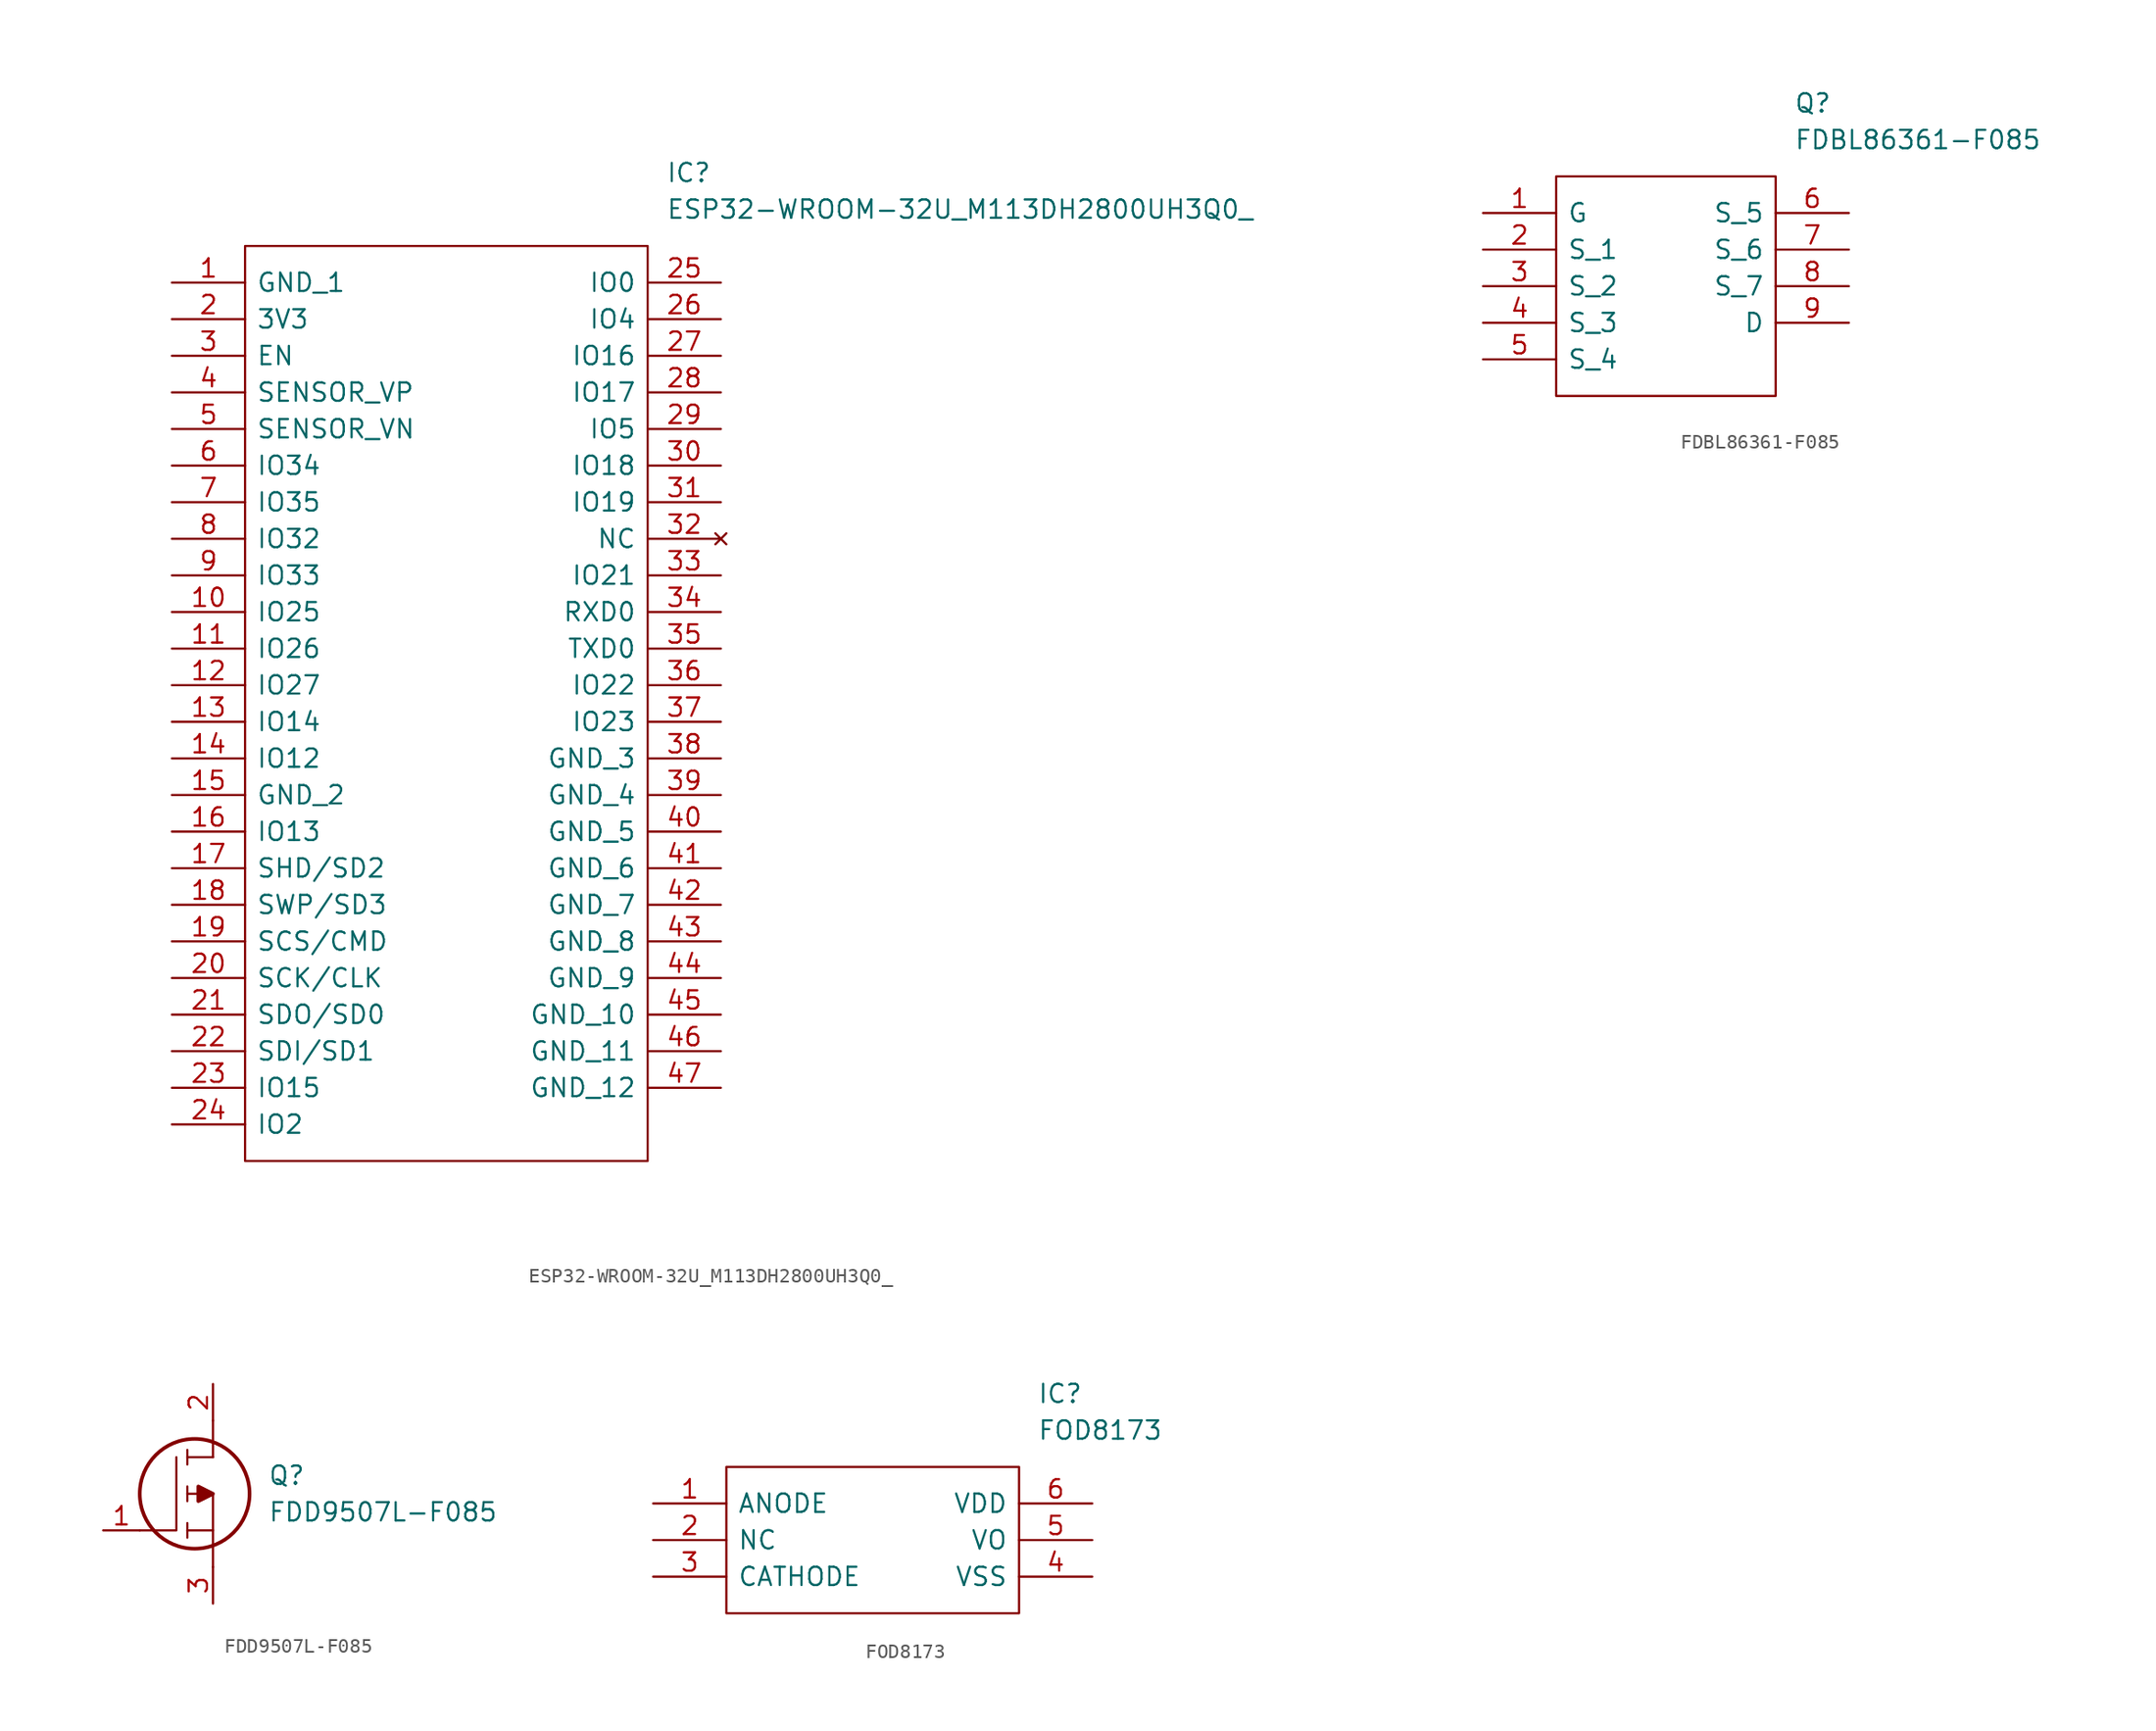
<source format=kicad_sym>
(kicad_symbol_lib
  (version 20211014)
  (generator kicad_symbol_editor)
  (symbol "ESP32-WROOM-32U_M113DH2800UH3Q0_"
    (pin_names
      (offset 0.762))
    (property "Reference" "IC"
      (at 34.29 7.62 0)
      (effects (font (size 1.27 1.27)) (justify left)))
    (property "Value" "ESP32-WROOM-32U_M113DH2800UH3Q0_"
      (at 34.29 5.08 0)
      (effects (font (size 1.27 1.27)) (justify left)))
    (symbol "ESP32-WROOM-32U_M113DH2800UH3Q0__0_0"
      (pin passive line (at 0 0 0) (length 5.08) (name "GND_1" (effects (font (size 1.27 1.27)))) (number "1" (effects (font (size 1.27 1.27)))))
      (pin passive line (at 0 -22.86 0) (length 5.08) (name "IO25" (effects (font (size 1.27 1.27)))) (number "10" (effects (font (size 1.27 1.27)))))
      (pin passive line (at 0 -25.4 0) (length 5.08) (name "IO26" (effects (font (size 1.27 1.27)))) (number "11" (effects (font (size 1.27 1.27)))))
      (pin passive line (at 0 -27.94 0) (length 5.08) (name "IO27" (effects (font (size 1.27 1.27)))) (number "12" (effects (font (size 1.27 1.27)))))
      (pin passive line (at 0 -30.48 0) (length 5.08) (name "IO14" (effects (font (size 1.27 1.27)))) (number "13" (effects (font (size 1.27 1.27)))))
      (pin passive line (at 0 -33.02 0) (length 5.08) (name "IO12" (effects (font (size 1.27 1.27)))) (number "14" (effects (font (size 1.27 1.27)))))
      (pin passive line (at 0 -35.56 0) (length 5.08) (name "GND_2" (effects (font (size 1.27 1.27)))) (number "15" (effects (font (size 1.27 1.27)))))
      (pin passive line (at 0 -38.1 0) (length 5.08) (name "IO13" (effects (font (size 1.27 1.27)))) (number "16" (effects (font (size 1.27 1.27)))))
      (pin passive line (at 0 -40.64 0) (length 5.08) (name "SHD/SD2" (effects (font (size 1.27 1.27)))) (number "17" (effects (font (size 1.27 1.27)))))
      (pin passive line (at 0 -43.18 0) (length 5.08) (name "SWP/SD3" (effects (font (size 1.27 1.27)))) (number "18" (effects (font (size 1.27 1.27)))))
      (pin passive line (at 0 -45.72 0) (length 5.08) (name "SCS/CMD" (effects (font (size 1.27 1.27)))) (number "19" (effects (font (size 1.27 1.27)))))
      (pin passive line (at 0 -2.54 0) (length 5.08) (name "3V3" (effects (font (size 1.27 1.27)))) (number "2" (effects (font (size 1.27 1.27)))))
      (pin passive line (at 0 -48.26 0) (length 5.08) (name "SCK/CLK" (effects (font (size 1.27 1.27)))) (number "20" (effects (font (size 1.27 1.27)))))
      (pin passive line (at 0 -50.8 0) (length 5.08) (name "SDO/SD0" (effects (font (size 1.27 1.27)))) (number "21" (effects (font (size 1.27 1.27)))))
      (pin passive line (at 0 -53.34 0) (length 5.08) (name "SDI/SD1" (effects (font (size 1.27 1.27)))) (number "22" (effects (font (size 1.27 1.27)))))
      (pin passive line (at 0 -55.88 0) (length 5.08) (name "IO15" (effects (font (size 1.27 1.27)))) (number "23" (effects (font (size 1.27 1.27)))))
      (pin passive line (at 0 -58.42 0) (length 5.08) (name "IO2" (effects (font (size 1.27 1.27)))) (number "24" (effects (font (size 1.27 1.27)))))
      (pin passive line (at 38.1 0 180) (length 5.08) (name "IO0" (effects (font (size 1.27 1.27)))) (number "25" (effects (font (size 1.27 1.27)))))
      (pin passive line (at 38.1 -2.54 180) (length 5.08) (name "IO4" (effects (font (size 1.27 1.27)))) (number "26" (effects (font (size 1.27 1.27)))))
      (pin passive line (at 38.1 -5.08 180) (length 5.08) (name "IO16" (effects (font (size 1.27 1.27)))) (number "27" (effects (font (size 1.27 1.27)))))
      (pin passive line (at 38.1 -7.62 180) (length 5.08) (name "IO17" (effects (font (size 1.27 1.27)))) (number "28" (effects (font (size 1.27 1.27)))))
      (pin passive line (at 38.1 -10.16 180) (length 5.08) (name "IO5" (effects (font (size 1.27 1.27)))) (number "29" (effects (font (size 1.27 1.27)))))
      (pin passive line (at 0 -5.08 0) (length 5.08) (name "EN" (effects (font (size 1.27 1.27)))) (number "3" (effects (font (size 1.27 1.27)))))
      (pin passive line (at 38.1 -12.7 180) (length 5.08) (name "IO18" (effects (font (size 1.27 1.27)))) (number "30" (effects (font (size 1.27 1.27)))))
      (pin passive line (at 38.1 -15.24 180) (length 5.08) (name "IO19" (effects (font (size 1.27 1.27)))) (number "31" (effects (font (size 1.27 1.27)))))
      (pin no_connect line (at 38.1 -17.78 180) (length 5.08) (name "NC" (effects (font (size 1.27 1.27)))) (number "32" (effects (font (size 1.27 1.27)))))
      (pin passive line (at 38.1 -20.32 180) (length 5.08) (name "IO21" (effects (font (size 1.27 1.27)))) (number "33" (effects (font (size 1.27 1.27)))))
      (pin passive line (at 38.1 -22.86 180) (length 5.08) (name "RXD0" (effects (font (size 1.27 1.27)))) (number "34" (effects (font (size 1.27 1.27)))))
      (pin passive line (at 38.1 -25.4 180) (length 5.08) (name "TXD0" (effects (font (size 1.27 1.27)))) (number "35" (effects (font (size 1.27 1.27)))))
      (pin passive line (at 38.1 -27.94 180) (length 5.08) (name "IO22" (effects (font (size 1.27 1.27)))) (number "36" (effects (font (size 1.27 1.27)))))
      (pin passive line (at 38.1 -30.48 180) (length 5.08) (name "IO23" (effects (font (size 1.27 1.27)))) (number "37" (effects (font (size 1.27 1.27)))))
      (pin passive line (at 38.1 -33.02 180) (length 5.08) (name "GND_3" (effects (font (size 1.27 1.27)))) (number "38" (effects (font (size 1.27 1.27)))))
      (pin passive line (at 38.1 -35.56 180) (length 5.08) (name "GND_4" (effects (font (size 1.27 1.27)))) (number "39" (effects (font (size 1.27 1.27)))))
      (pin passive line (at 0 -7.62 0) (length 5.08) (name "SENSOR_VP" (effects (font (size 1.27 1.27)))) (number "4" (effects (font (size 1.27 1.27)))))
      (pin passive line (at 38.1 -38.1 180) (length 5.08) (name "GND_5" (effects (font (size 1.27 1.27)))) (number "40" (effects (font (size 1.27 1.27)))))
      (pin passive line (at 38.1 -40.64 180) (length 5.08) (name "GND_6" (effects (font (size 1.27 1.27)))) (number "41" (effects (font (size 1.27 1.27)))))
      (pin passive line (at 38.1 -43.18 180) (length 5.08) (name "GND_7" (effects (font (size 1.27 1.27)))) (number "42" (effects (font (size 1.27 1.27)))))
      (pin passive line (at 38.1 -45.72 180) (length 5.08) (name "GND_8" (effects (font (size 1.27 1.27)))) (number "43" (effects (font (size 1.27 1.27)))))
      (pin passive line (at 38.1 -48.26 180) (length 5.08) (name "GND_9" (effects (font (size 1.27 1.27)))) (number "44" (effects (font (size 1.27 1.27)))))
      (pin passive line (at 38.1 -50.8 180) (length 5.08) (name "GND_10" (effects (font (size 1.27 1.27)))) (number "45" (effects (font (size 1.27 1.27)))))
      (pin passive line (at 38.1 -53.34 180) (length 5.08) (name "GND_11" (effects (font (size 1.27 1.27)))) (number "46" (effects (font (size 1.27 1.27)))))
      (pin passive line (at 38.1 -55.88 180) (length 5.08) (name "GND_12" (effects (font (size 1.27 1.27)))) (number "47" (effects (font (size 1.27 1.27)))))
      (pin passive line (at 0 -10.16 0) (length 5.08) (name "SENSOR_VN" (effects (font (size 1.27 1.27)))) (number "5" (effects (font (size 1.27 1.27)))))
      (pin passive line (at 0 -12.7 0) (length 5.08) (name "IO34" (effects (font (size 1.27 1.27)))) (number "6" (effects (font (size 1.27 1.27)))))
      (pin passive line (at 0 -15.24 0) (length 5.08) (name "IO35" (effects (font (size 1.27 1.27)))) (number "7" (effects (font (size 1.27 1.27)))))
      (pin passive line (at 0 -17.78 0) (length 5.08) (name "IO32" (effects (font (size 1.27 1.27)))) (number "8" (effects (font (size 1.27 1.27)))))
      (pin passive line (at 0 -20.32 0) (length 5.08) (name "IO33" (effects (font (size 1.27 1.27)))) (number "9" (effects (font (size 1.27 1.27))))))
    (symbol "ESP32-WROOM-32U_M113DH2800UH3Q0__0_1"
      (polyline (pts (xy 5.08 2.54) (xy 33.02 2.54) (xy 33.02 -60.96) (xy 5.08 -60.96) (xy 5.08 2.54)) (stroke (width 0.152) (type default) (color 0 0 0 0)) (fill (type none)))))
  (symbol "FDBL86361-F085"
    (pin_names
      (offset 0.762))
    (property "Reference" "Q"
      (at 21.59 7.62 0)
      (effects (font (size 1.27 1.27)) (justify left)))
    (property "Value" "FDBL86361-F085"
      (at 21.59 5.08 0)
      (effects (font (size 1.27 1.27)) (justify left)))
    (symbol "FDBL86361-F085_0_0"
      (pin bidirectional line (at 0 0 0) (length 5.08) (name "G" (effects (font (size 1.27 1.27)))) (number "1" (effects (font (size 1.27 1.27)))))
      (pin bidirectional line (at 0 -2.54 0) (length 5.08) (name "S_1" (effects (font (size 1.27 1.27)))) (number "2" (effects (font (size 1.27 1.27)))))
      (pin bidirectional line (at 0 -5.08 0) (length 5.08) (name "S_2" (effects (font (size 1.27 1.27)))) (number "3" (effects (font (size 1.27 1.27)))))
      (pin bidirectional line (at 0 -7.62 0) (length 5.08) (name "S_3" (effects (font (size 1.27 1.27)))) (number "4" (effects (font (size 1.27 1.27)))))
      (pin bidirectional line (at 0 -10.16 0) (length 5.08) (name "S_4" (effects (font (size 1.27 1.27)))) (number "5" (effects (font (size 1.27 1.27)))))
      (pin bidirectional line (at 25.4 0 180) (length 5.08) (name "S_5" (effects (font (size 1.27 1.27)))) (number "6" (effects (font (size 1.27 1.27)))))
      (pin bidirectional line (at 25.4 -2.54 180) (length 5.08) (name "S_6" (effects (font (size 1.27 1.27)))) (number "7" (effects (font (size 1.27 1.27)))))
      (pin bidirectional line (at 25.4 -5.08 180) (length 5.08) (name "S_7" (effects (font (size 1.27 1.27)))) (number "8" (effects (font (size 1.27 1.27)))))
      (pin bidirectional line (at 25.4 -7.62 180) (length 5.08) (name "D" (effects (font (size 1.27 1.27)))) (number "9" (effects (font (size 1.27 1.27))))))
    (symbol "FDBL86361-F085_0_1"
      (polyline (pts (xy 5.08 2.54) (xy 20.32 2.54) (xy 20.32 -12.7) (xy 5.08 -12.7) (xy 5.08 2.54)) (stroke (width 0.152) (type default) (color 0 0 0 0)) (fill (type none)))))
  (symbol "FDD9507L-F085"
    (pin_names
      (offset 0.762))
    (property "Reference" "Q"
      (at 11.43 3.81 0)
      (effects (font (size 1.27 1.27)) (justify left)))
    (property "Value" "FDD9507L-F085"
      (at 11.43 1.27 0)
      (effects (font (size 1.27 1.27)) (justify left)))
    (symbol "FDD9507L-F085_0_0"
      (pin bidirectional line (at 0 0 0) (length 2.54) (name "~" (effects (font (size 1.27 1.27)))) (number "1" (effects (font (size 1.27 1.27)))))
      (pin bidirectional line (at 7.62 10.16 270) (length 2.54) (name "~" (effects (font (size 1.27 1.27)))) (number "2" (effects (font (size 1.27 1.27)))))
      (pin bidirectional line (at 7.62 -5.08 90) (length 2.54) (name "~" (effects (font (size 1.27 1.27)))) (number "3" (effects (font (size 1.27 1.27))))))
    (symbol "FDD9507L-F085_0_1"
      (polyline (pts (xy 5.842 -0.508) (xy 5.842 0.508)) (stroke (width 0.152) (type default) (color 0 0 0 0)) (fill (type none)))
      (polyline (pts (xy 5.842 0) (xy 7.62 0)) (stroke (width 0.152) (type default) (color 0 0 0 0)) (fill (type none)))
      (polyline (pts (xy 5.842 2.032) (xy 5.842 3.048)) (stroke (width 0.152) (type default) (color 0 0 0 0)) (fill (type none)))
      (polyline (pts (xy 5.842 5.588) (xy 5.842 4.572)) (stroke (width 0.152) (type default) (color 0 0 0 0)) (fill (type none)))
      (polyline (pts (xy 7.62 2.54) (xy 5.842 2.54)) (stroke (width 0.152) (type default) (color 0 0 0 0)) (fill (type none)))
      (polyline (pts (xy 7.62 2.54) (xy 7.62 -2.54)) (stroke (width 0.152) (type default) (color 0 0 0 0)) (fill (type none)))
      (polyline (pts (xy 7.62 5.08) (xy 5.842 5.08)) (stroke (width 0.152) (type default) (color 0 0 0 0)) (fill (type none)))
      (polyline (pts (xy 7.62 5.08) (xy 7.62 7.62)) (stroke (width 0.152) (type default) (color 0 0 0 0)) (fill (type none)))
      (polyline (pts (xy 2.54 0) (xy 5.08 0) (xy 5.08 5.08)) (stroke (width 0.152) (type default) (color 0 0 0 0)) (fill (type none)))
      (polyline (pts (xy 7.62 2.54) (xy 6.604 3.048) (xy 6.604 2.032) (xy 7.62 2.54)) (stroke (width 0.254) (type default) (color 0 0 0 0)) (fill (type outline)))
      (circle (center 6.35 2.54) (radius 3.81) (stroke (width 0.254) (type default) (color 0 0 0 0)) (fill (type none)))))
  (symbol "FOD8173"
    (pin_names
      (offset 0.762))
    (property "Reference" "IC"
      (at 26.67 7.62 0)
      (effects (font (size 1.27 1.27)) (justify left)))
    (property "Value" "FOD8173"
      (at 26.67 5.08 0)
      (effects (font (size 1.27 1.27)) (justify left)))
    (symbol "FOD8173_0_0"
      (pin bidirectional line (at 0 0 0) (length 5.08) (name "ANODE" (effects (font (size 1.27 1.27)))) (number "1" (effects (font (size 1.27 1.27)))))
      (pin bidirectional line (at 0 -2.54 0) (length 5.08) (name "NC" (effects (font (size 1.27 1.27)))) (number "2" (effects (font (size 1.27 1.27)))))
      (pin bidirectional line (at 0 -5.08 0) (length 5.08) (name "CATHODE" (effects (font (size 1.27 1.27)))) (number "3" (effects (font (size 1.27 1.27)))))
      (pin bidirectional line (at 30.48 -5.08 180) (length 5.08) (name "VSS" (effects (font (size 1.27 1.27)))) (number "4" (effects (font (size 1.27 1.27)))))
      (pin bidirectional line (at 30.48 -2.54 180) (length 5.08) (name "VO" (effects (font (size 1.27 1.27)))) (number "5" (effects (font (size 1.27 1.27)))))
      (pin bidirectional line (at 30.48 0 180) (length 5.08) (name "VDD" (effects (font (size 1.27 1.27)))) (number "6" (effects (font (size 1.27 1.27))))))
    (symbol "FOD8173_0_1"
      (polyline (pts (xy 5.08 2.54) (xy 25.4 2.54) (xy 25.4 -7.62) (xy 5.08 -7.62) (xy 5.08 2.54)) (stroke (width 0.152) (type default) (color 0 0 0 0)) (fill (type none))))))
</source>
